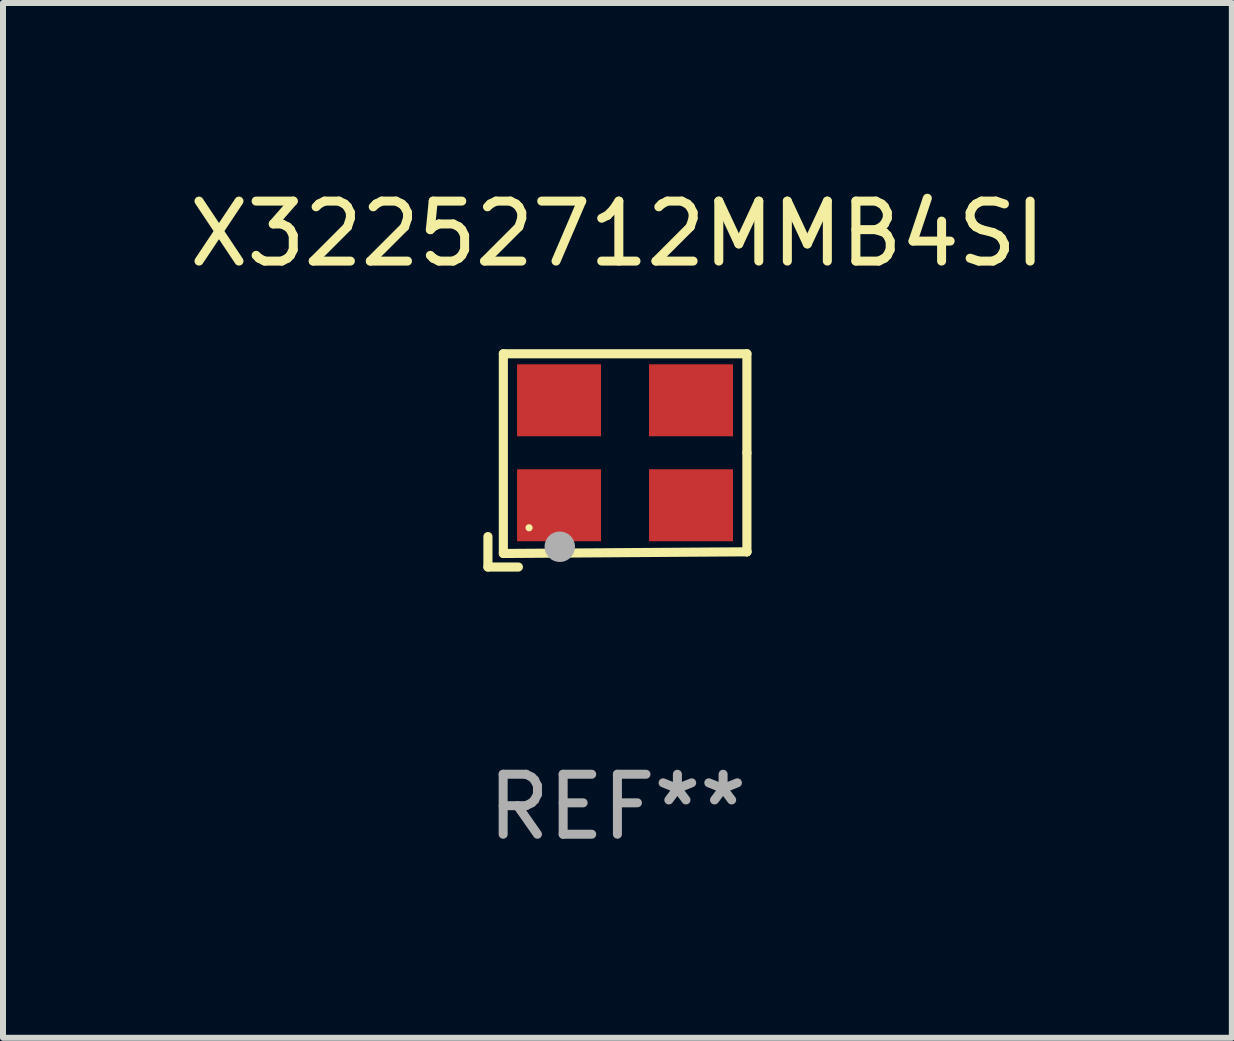
<source format=kicad_pcb>
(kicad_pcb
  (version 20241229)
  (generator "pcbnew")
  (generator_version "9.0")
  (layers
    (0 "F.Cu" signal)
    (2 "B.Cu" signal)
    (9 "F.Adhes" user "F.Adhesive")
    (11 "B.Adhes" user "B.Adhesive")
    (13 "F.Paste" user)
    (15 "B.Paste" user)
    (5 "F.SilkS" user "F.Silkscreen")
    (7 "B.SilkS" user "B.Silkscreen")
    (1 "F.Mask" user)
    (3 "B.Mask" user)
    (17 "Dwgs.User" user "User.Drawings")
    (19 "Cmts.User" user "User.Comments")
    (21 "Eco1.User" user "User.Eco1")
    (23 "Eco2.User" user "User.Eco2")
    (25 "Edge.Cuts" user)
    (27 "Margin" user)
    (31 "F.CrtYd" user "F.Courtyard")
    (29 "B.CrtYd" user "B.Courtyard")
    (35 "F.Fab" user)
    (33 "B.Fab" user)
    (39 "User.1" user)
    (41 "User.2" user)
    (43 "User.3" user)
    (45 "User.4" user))
  (footprint "X32252712MMB4SI"
    (layer "F.Cu")
    (at 7.244 4.626)
    (property "Reference" "X32252712MMB4SI" (at 0 -3.778 0) (layer "F.SilkS") (effects (font (size 1 1) (thickness 0.15))))
    (attr through_hole)
    (fp_line (start -2.159 1.27) (end -2.159 1.778) (stroke (width 0.152) (type solid)) (layer "F.SilkS"))
    (fp_line (start -2.159 1.778) (end -1.651 1.778) (stroke (width 0.152) (type solid)) (layer "F.SilkS"))
    (fp_line (start -1.902 -1.778) (end 2.159 -1.778) (stroke (width 0.152) (type solid)) (layer "F.SilkS"))
    (fp_line (start -1.902 1.552) (end -1.902 -1.778) (stroke (width 0.152) (type solid)) (layer "F.SilkS"))
    (fp_line (start 2.159 -1.778) (end 2.159 -0.127) (stroke (width 0.152) (type solid)) (layer "F.SilkS"))
    (fp_line (start 2.159 -0.127) (end 2.159 1.524) (stroke (width 0.152) (type solid)) (layer "F.SilkS"))
    (fp_line (start 2.159 1.524) (end -1.902 1.552) (stroke (width 0.152) (type solid)) (layer "F.SilkS"))
    (fp_line (start 2.159 1.524) (end 2.159 1.524) (stroke (width 0.152) (type solid)) (layer "F.SilkS"))
    (fp_circle (center -1.473 1.123) (end -1.443 1.123) (stroke (width 0.06) (type solid)) (fill no) (layer "F.SilkS"))
    (fp_circle (center -0.961 1.44) (end -0.834 1.44) (stroke (width 0.254) (type solid)) (fill no) (layer "F.Fab"))
    (fp_text user "REF**" (at 0 5.778 0) (layer "F.Fab") (effects (font (size 1 1) (thickness 0.15))))
    (pad "1" smd rect (at -0.973 0.748) (size 1.4 1.2) (layers "F.Cu" "F.Mask" "F.Paste"))
    (pad "2" smd rect (at 1.227 0.748) (size 1.4 1.2) (layers "F.Cu" "F.Mask" "F.Paste"))
    (pad "3" smd rect (at 1.227 -1.002) (size 1.4 1.2) (layers "F.Cu" "F.Mask" "F.Paste"))
    (pad "4" smd rect (at -0.973 -1.002) (size 1.4 1.2) (layers "F.Cu" "F.Mask" "F.Paste")))
  (gr_rect
    (start -3 -3)
    (end 17.488 14.253)
    (stroke (width 0.1) (type default))
    (fill no)
    (layer "Edge.Cuts")))
</source>
